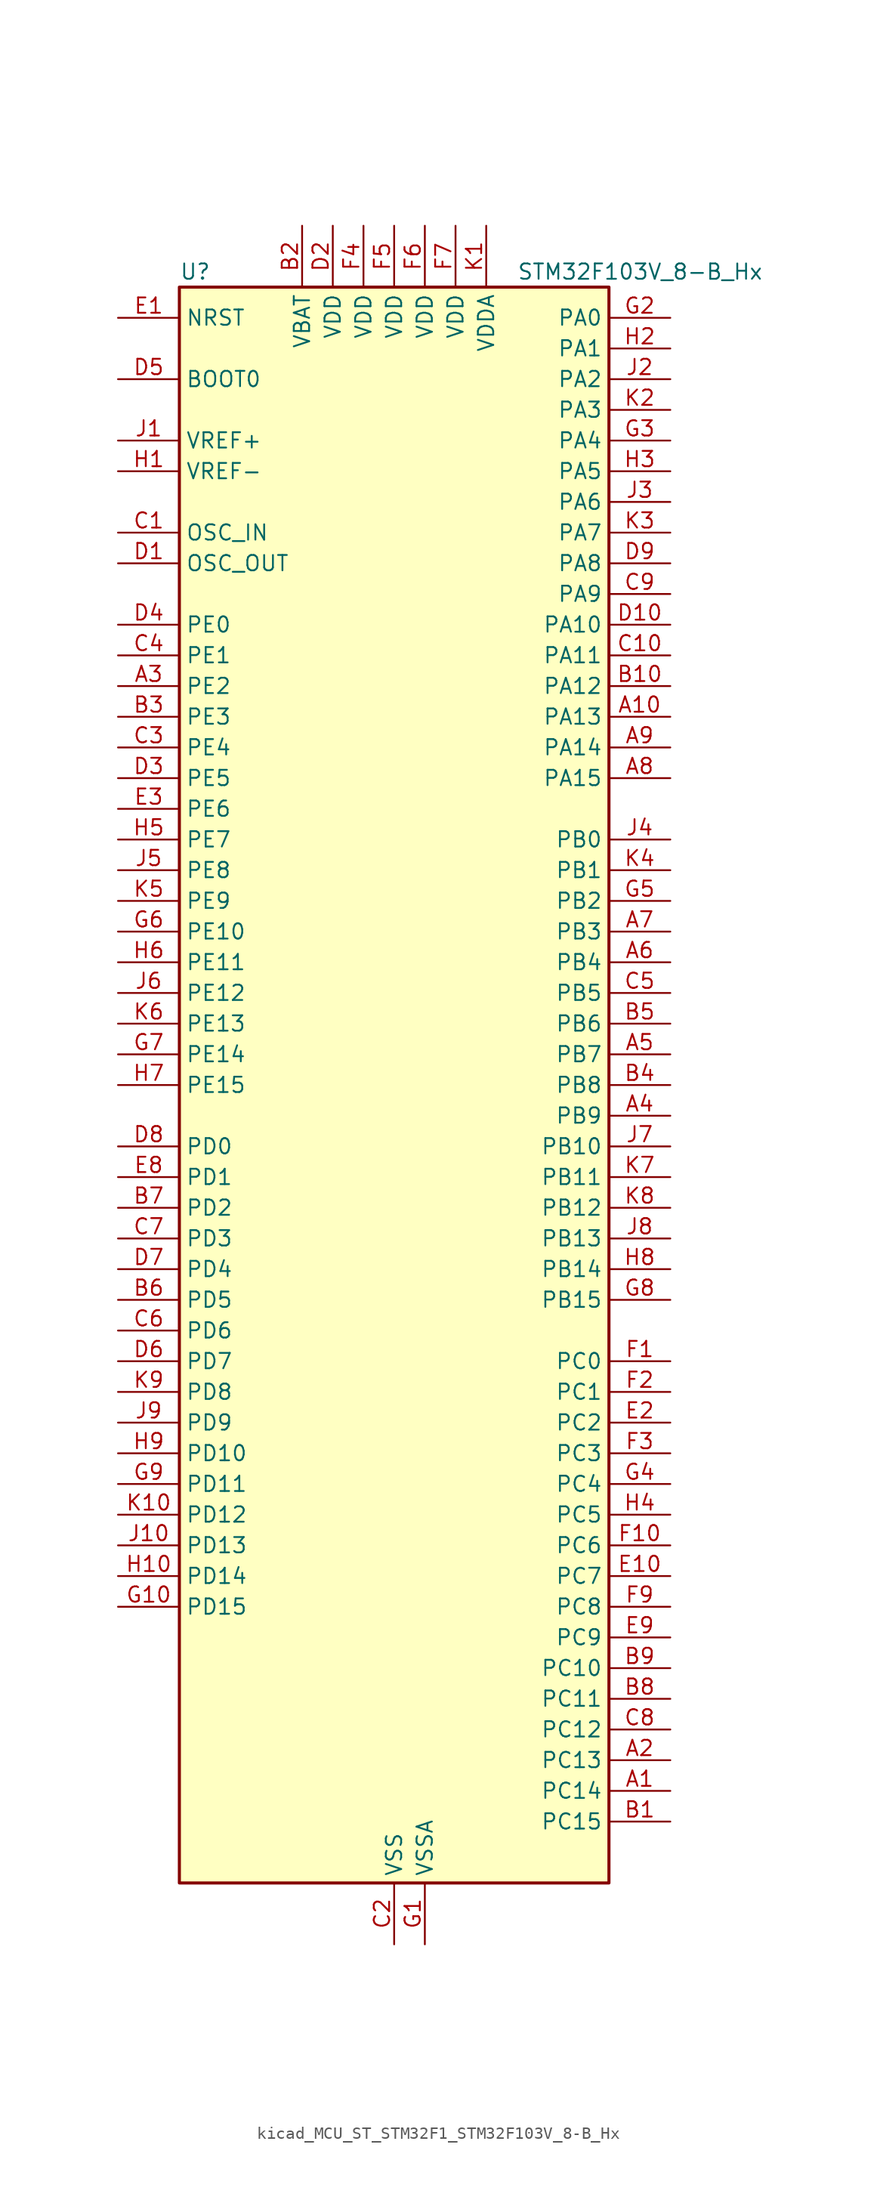
<source format=kicad_sym>
(kicad_symbol_lib
  (version 20220914)
  (generator kicad_symbol_editor)
  (symbol "kicad_MCU_ST_STM32F1_STM32F103V_8-B_Hx"
    (property "Reference" "U"
      (at -17.78 67.31 0)
      (effects (font (size 1.27 1.27)) (justify left)))
    (property "Value" "STM32F103V_8-B_Hx"
      (at 10.16 67.31 0)
      (effects (font (size 1.27 1.27)) (justify left)))
    (property "ki_locked" ""
      (at 0 0 0)
      (effects (font (size 1.27 1.27))))
    (symbol "kicad_MCU_ST_STM32F1_STM32F103V_8-B_Hx_0_1"
      (rectangle (start -17.78 -66.04) (end 17.78 66.04) (stroke (width 0.254) (type default)) (fill (type background))))
    (symbol "kicad_MCU_ST_STM32F1_STM32F103V_8-B_Hx_1_1"
      (pin bidirectional line (at 22.86 -58.42 180) (length 5.08) (name "PC14" (effects (font (size 1.27 1.27)))) (number "A1" (effects (font (size 1.27 1.27)))) (alternate "RCC_OSC32_IN" bidirectional line))
      (pin bidirectional line (at 22.86 30.48 180) (length 5.08) (name "PA13" (effects (font (size 1.27 1.27)))) (number "A10" (effects (font (size 1.27 1.27)))) (alternate "SYS_JTMS-SWDIO" bidirectional line))
      (pin bidirectional line (at 22.86 -55.88 180) (length 5.08) (name "PC13" (effects (font (size 1.27 1.27)))) (number "A2" (effects (font (size 1.27 1.27)))) (alternate "RTC_OUT" bidirectional line) (alternate "RTC_TAMPER" bidirectional line))
      (pin bidirectional line (at -22.86 33.02 0) (length 5.08) (name "PE2" (effects (font (size 1.27 1.27)))) (number "A3" (effects (font (size 1.27 1.27)))) (alternate "SYS_TRACECLK" bidirectional line))
      (pin bidirectional line (at 22.86 -2.54 180) (length 5.08) (name "PB9" (effects (font (size 1.27 1.27)))) (number "A4" (effects (font (size 1.27 1.27)))) (alternate "CAN_TX" bidirectional line) (alternate "I2C1_SDA" bidirectional line) (alternate "TIM4_CH4" bidirectional line))
      (pin bidirectional line (at 22.86 2.54 180) (length 5.08) (name "PB7" (effects (font (size 1.27 1.27)))) (number "A5" (effects (font (size 1.27 1.27)))) (alternate "I2C1_SDA" bidirectional line) (alternate "TIM4_CH2" bidirectional line) (alternate "USART1_RX" bidirectional line))
      (pin bidirectional line (at 22.86 10.16 180) (length 5.08) (name "PB4" (effects (font (size 1.27 1.27)))) (number "A6" (effects (font (size 1.27 1.27)))) (alternate "SPI1_MISO" bidirectional line) (alternate "SYS_NJTRST" bidirectional line) (alternate "TIM3_CH1" bidirectional line))
      (pin bidirectional line (at 22.86 12.7 180) (length 5.08) (name "PB3" (effects (font (size 1.27 1.27)))) (number "A7" (effects (font (size 1.27 1.27)))) (alternate "SPI1_SCK" bidirectional line) (alternate "SYS_JTDO-TRACESWO" bidirectional line) (alternate "TIM2_CH2" bidirectional line))
      (pin bidirectional line (at 22.86 25.4 180) (length 5.08) (name "PA15" (effects (font (size 1.27 1.27)))) (number "A8" (effects (font (size 1.27 1.27)))) (alternate "ADC1_EXTI15" bidirectional line) (alternate "ADC2_EXTI15" bidirectional line) (alternate "SPI1_NSS" bidirectional line) (alternate "SYS_JTDI" bidirectional line) (alternate "TIM2_CH1" bidirectional line) (alternate "TIM2_ETR" bidirectional line))
      (pin bidirectional line (at 22.86 27.94 180) (length 5.08) (name "PA14" (effects (font (size 1.27 1.27)))) (number "A9" (effects (font (size 1.27 1.27)))) (alternate "SYS_JTCK-SWCLK" bidirectional line))
      (pin bidirectional line (at 22.86 -60.96 180) (length 5.08) (name "PC15" (effects (font (size 1.27 1.27)))) (number "B1" (effects (font (size 1.27 1.27)))) (alternate "ADC1_EXTI15" bidirectional line) (alternate "ADC2_EXTI15" bidirectional line) (alternate "RCC_OSC32_OUT" bidirectional line))
      (pin bidirectional line (at 22.86 33.02 180) (length 5.08) (name "PA12" (effects (font (size 1.27 1.27)))) (number "B10" (effects (font (size 1.27 1.27)))) (alternate "CAN_TX" bidirectional line) (alternate "TIM1_ETR" bidirectional line) (alternate "USART1_RTS" bidirectional line) (alternate "USB_DP" bidirectional line))
      (pin power_in line (at -7.62 71.12 270) (length 5.08) (name "VBAT" (effects (font (size 1.27 1.27)))) (number "B2" (effects (font (size 1.27 1.27)))))
      (pin bidirectional line (at -22.86 30.48 0) (length 5.08) (name "PE3" (effects (font (size 1.27 1.27)))) (number "B3" (effects (font (size 1.27 1.27)))) (alternate "SYS_TRACED0" bidirectional line))
      (pin bidirectional line (at 22.86 0 180) (length 5.08) (name "PB8" (effects (font (size 1.27 1.27)))) (number "B4" (effects (font (size 1.27 1.27)))) (alternate "CAN_RX" bidirectional line) (alternate "I2C1_SCL" bidirectional line) (alternate "TIM4_CH3" bidirectional line))
      (pin bidirectional line (at 22.86 5.08 180) (length 5.08) (name "PB6" (effects (font (size 1.27 1.27)))) (number "B5" (effects (font (size 1.27 1.27)))) (alternate "I2C1_SCL" bidirectional line) (alternate "TIM4_CH1" bidirectional line) (alternate "USART1_TX" bidirectional line))
      (pin bidirectional line (at -22.86 -17.78 0) (length 5.08) (name "PD5" (effects (font (size 1.27 1.27)))) (number "B6" (effects (font (size 1.27 1.27)))) (alternate "USART2_TX" bidirectional line))
      (pin bidirectional line (at -22.86 -10.16 0) (length 5.08) (name "PD2" (effects (font (size 1.27 1.27)))) (number "B7" (effects (font (size 1.27 1.27)))) (alternate "TIM3_ETR" bidirectional line))
      (pin bidirectional line (at 22.86 -50.8 180) (length 5.08) (name "PC11" (effects (font (size 1.27 1.27)))) (number "B8" (effects (font (size 1.27 1.27)))) (alternate "ADC1_EXTI11" bidirectional line) (alternate "ADC2_EXTI11" bidirectional line) (alternate "USART3_RX" bidirectional line))
      (pin bidirectional line (at 22.86 -48.26 180) (length 5.08) (name "PC10" (effects (font (size 1.27 1.27)))) (number "B9" (effects (font (size 1.27 1.27)))) (alternate "USART3_TX" bidirectional line))
      (pin input line (at -22.86 45.72 0) (length 5.08) (name "OSC_IN" (effects (font (size 1.27 1.27)))) (number "C1" (effects (font (size 1.27 1.27)))) (alternate "RCC_OSC_IN" bidirectional line))
      (pin bidirectional line (at 22.86 35.56 180) (length 5.08) (name "PA11" (effects (font (size 1.27 1.27)))) (number "C10" (effects (font (size 1.27 1.27)))) (alternate "ADC1_EXTI11" bidirectional line) (alternate "ADC2_EXTI11" bidirectional line) (alternate "CAN_RX" bidirectional line) (alternate "TIM1_CH4" bidirectional line) (alternate "USART1_CTS" bidirectional line) (alternate "USB_DM" bidirectional line))
      (pin power_in line (at 0 -71.12 90) (length 5.08) (name "VSS" (effects (font (size 1.27 1.27)))) (number "C2" (effects (font (size 1.27 1.27)))))
      (pin bidirectional line (at -22.86 27.94 0) (length 5.08) (name "PE4" (effects (font (size 1.27 1.27)))) (number "C3" (effects (font (size 1.27 1.27)))) (alternate "SYS_TRACED1" bidirectional line))
      (pin bidirectional line (at -22.86 35.56 0) (length 5.08) (name "PE1" (effects (font (size 1.27 1.27)))) (number "C4" (effects (font (size 1.27 1.27)))))
      (pin bidirectional line (at 22.86 7.62 180) (length 5.08) (name "PB5" (effects (font (size 1.27 1.27)))) (number "C5" (effects (font (size 1.27 1.27)))) (alternate "I2C1_SMBA" bidirectional line) (alternate "SPI1_MOSI" bidirectional line) (alternate "TIM3_CH2" bidirectional line))
      (pin bidirectional line (at -22.86 -20.32 0) (length 5.08) (name "PD6" (effects (font (size 1.27 1.27)))) (number "C6" (effects (font (size 1.27 1.27)))) (alternate "USART2_RX" bidirectional line))
      (pin bidirectional line (at -22.86 -12.7 0) (length 5.08) (name "PD3" (effects (font (size 1.27 1.27)))) (number "C7" (effects (font (size 1.27 1.27)))) (alternate "USART2_CTS" bidirectional line))
      (pin bidirectional line (at 22.86 -53.34 180) (length 5.08) (name "PC12" (effects (font (size 1.27 1.27)))) (number "C8" (effects (font (size 1.27 1.27)))) (alternate "USART3_CK" bidirectional line))
      (pin bidirectional line (at 22.86 40.64 180) (length 5.08) (name "PA9" (effects (font (size 1.27 1.27)))) (number "C9" (effects (font (size 1.27 1.27)))) (alternate "TIM1_CH2" bidirectional line) (alternate "USART1_TX" bidirectional line))
      (pin input line (at -22.86 43.18 0) (length 5.08) (name "OSC_OUT" (effects (font (size 1.27 1.27)))) (number "D1" (effects (font (size 1.27 1.27)))) (alternate "RCC_OSC_OUT" bidirectional line))
      (pin bidirectional line (at 22.86 38.1 180) (length 5.08) (name "PA10" (effects (font (size 1.27 1.27)))) (number "D10" (effects (font (size 1.27 1.27)))) (alternate "TIM1_CH3" bidirectional line) (alternate "USART1_RX" bidirectional line))
      (pin power_in line (at -5.08 71.12 270) (length 5.08) (name "VDD" (effects (font (size 1.27 1.27)))) (number "D2" (effects (font (size 1.27 1.27)))))
      (pin bidirectional line (at -22.86 25.4 0) (length 5.08) (name "PE5" (effects (font (size 1.27 1.27)))) (number "D3" (effects (font (size 1.27 1.27)))) (alternate "SYS_TRACED2" bidirectional line))
      (pin bidirectional line (at -22.86 38.1 0) (length 5.08) (name "PE0" (effects (font (size 1.27 1.27)))) (number "D4" (effects (font (size 1.27 1.27)))) (alternate "TIM4_ETR" bidirectional line))
      (pin input line (at -22.86 58.42 0) (length 5.08) (name "BOOT0" (effects (font (size 1.27 1.27)))) (number "D5" (effects (font (size 1.27 1.27)))))
      (pin bidirectional line (at -22.86 -22.86 0) (length 5.08) (name "PD7" (effects (font (size 1.27 1.27)))) (number "D6" (effects (font (size 1.27 1.27)))) (alternate "USART2_CK" bidirectional line))
      (pin bidirectional line (at -22.86 -15.24 0) (length 5.08) (name "PD4" (effects (font (size 1.27 1.27)))) (number "D7" (effects (font (size 1.27 1.27)))) (alternate "USART2_RTS" bidirectional line))
      (pin bidirectional line (at -22.86 -5.08 0) (length 5.08) (name "PD0" (effects (font (size 1.27 1.27)))) (number "D8" (effects (font (size 1.27 1.27)))) (alternate "CAN_RX" bidirectional line))
      (pin bidirectional line (at 22.86 43.18 180) (length 5.08) (name "PA8" (effects (font (size 1.27 1.27)))) (number "D9" (effects (font (size 1.27 1.27)))) (alternate "RCC_MCO" bidirectional line) (alternate "TIM1_CH1" bidirectional line) (alternate "USART1_CK" bidirectional line))
      (pin input line (at -22.86 63.5 0) (length 5.08) (name "NRST" (effects (font (size 1.27 1.27)))) (number "E1" (effects (font (size 1.27 1.27)))))
      (pin bidirectional line (at 22.86 -40.64 180) (length 5.08) (name "PC7" (effects (font (size 1.27 1.27)))) (number "E10" (effects (font (size 1.27 1.27)))) (alternate "TIM3_CH2" bidirectional line))
      (pin bidirectional line (at 22.86 -27.94 180) (length 5.08) (name "PC2" (effects (font (size 1.27 1.27)))) (number "E2" (effects (font (size 1.27 1.27)))) (alternate "ADC1_IN12" bidirectional line) (alternate "ADC2_IN12" bidirectional line))
      (pin bidirectional line (at -22.86 22.86 0) (length 5.08) (name "PE6" (effects (font (size 1.27 1.27)))) (number "E3" (effects (font (size 1.27 1.27)))) (alternate "SYS_TRACED3" bidirectional line))
      (pin passive line (at 0 -71.12 90) (length 5.08) hide (name "VSS" (effects (font (size 1.27 1.27)))) (number "E4" (effects (font (size 1.27 1.27)))))
      (pin passive line (at 0 -71.12 90) (length 5.08) hide (name "VSS" (effects (font (size 1.27 1.27)))) (number "E5" (effects (font (size 1.27 1.27)))))
      (pin passive line (at 0 -71.12 90) (length 5.08) hide (name "VSS" (effects (font (size 1.27 1.27)))) (number "E6" (effects (font (size 1.27 1.27)))))
      (pin passive line (at 0 -71.12 90) (length 5.08) hide (name "VSS" (effects (font (size 1.27 1.27)))) (number "E7" (effects (font (size 1.27 1.27)))))
      (pin bidirectional line (at -22.86 -7.62 0) (length 5.08) (name "PD1" (effects (font (size 1.27 1.27)))) (number "E8" (effects (font (size 1.27 1.27)))) (alternate "CAN_TX" bidirectional line))
      (pin bidirectional line (at 22.86 -45.72 180) (length 5.08) (name "PC9" (effects (font (size 1.27 1.27)))) (number "E9" (effects (font (size 1.27 1.27)))) (alternate "TIM3_CH4" bidirectional line))
      (pin bidirectional line (at 22.86 -22.86 180) (length 5.08) (name "PC0" (effects (font (size 1.27 1.27)))) (number "F1" (effects (font (size 1.27 1.27)))) (alternate "ADC1_IN10" bidirectional line) (alternate "ADC2_IN10" bidirectional line))
      (pin bidirectional line (at 22.86 -38.1 180) (length 5.08) (name "PC6" (effects (font (size 1.27 1.27)))) (number "F10" (effects (font (size 1.27 1.27)))) (alternate "TIM3_CH1" bidirectional line))
      (pin bidirectional line (at 22.86 -25.4 180) (length 5.08) (name "PC1" (effects (font (size 1.27 1.27)))) (number "F2" (effects (font (size 1.27 1.27)))) (alternate "ADC1_IN11" bidirectional line) (alternate "ADC2_IN11" bidirectional line))
      (pin bidirectional line (at 22.86 -30.48 180) (length 5.08) (name "PC3" (effects (font (size 1.27 1.27)))) (number "F3" (effects (font (size 1.27 1.27)))) (alternate "ADC1_IN13" bidirectional line) (alternate "ADC2_IN13" bidirectional line))
      (pin power_in line (at -2.54 71.12 270) (length 5.08) (name "VDD" (effects (font (size 1.27 1.27)))) (number "F4" (effects (font (size 1.27 1.27)))))
      (pin power_in line (at 0 71.12 270) (length 5.08) (name "VDD" (effects (font (size 1.27 1.27)))) (number "F5" (effects (font (size 1.27 1.27)))))
      (pin power_in line (at 2.54 71.12 270) (length 5.08) (name "VDD" (effects (font (size 1.27 1.27)))) (number "F6" (effects (font (size 1.27 1.27)))))
      (pin power_in line (at 5.08 71.12 270) (length 5.08) (name "VDD" (effects (font (size 1.27 1.27)))) (number "F7" (effects (font (size 1.27 1.27)))))
      (pin no_connect line (at -17.78 -66.04 0) (length 5.08) hide (name "NC" (effects (font (size 1.27 1.27)))) (number "F8" (effects (font (size 1.27 1.27)))))
      (pin bidirectional line (at 22.86 -43.18 180) (length 5.08) (name "PC8" (effects (font (size 1.27 1.27)))) (number "F9" (effects (font (size 1.27 1.27)))) (alternate "TIM3_CH3" bidirectional line))
      (pin power_in line (at 2.54 -71.12 90) (length 5.08) (name "VSSA" (effects (font (size 1.27 1.27)))) (number "G1" (effects (font (size 1.27 1.27)))))
      (pin bidirectional line (at -22.86 -43.18 0) (length 5.08) (name "PD15" (effects (font (size 1.27 1.27)))) (number "G10" (effects (font (size 1.27 1.27)))) (alternate "ADC1_EXTI15" bidirectional line) (alternate "ADC2_EXTI15" bidirectional line) (alternate "TIM4_CH4" bidirectional line))
      (pin bidirectional line (at 22.86 63.5 180) (length 5.08) (name "PA0" (effects (font (size 1.27 1.27)))) (number "G2" (effects (font (size 1.27 1.27)))) (alternate "ADC1_IN0" bidirectional line) (alternate "ADC2_IN0" bidirectional line) (alternate "SYS_WKUP" bidirectional line) (alternate "TIM2_CH1" bidirectional line) (alternate "TIM2_ETR" bidirectional line) (alternate "USART2_CTS" bidirectional line))
      (pin bidirectional line (at 22.86 53.34 180) (length 5.08) (name "PA4" (effects (font (size 1.27 1.27)))) (number "G3" (effects (font (size 1.27 1.27)))) (alternate "ADC1_IN4" bidirectional line) (alternate "ADC2_IN4" bidirectional line) (alternate "SPI1_NSS" bidirectional line) (alternate "USART2_CK" bidirectional line))
      (pin bidirectional line (at 22.86 -33.02 180) (length 5.08) (name "PC4" (effects (font (size 1.27 1.27)))) (number "G4" (effects (font (size 1.27 1.27)))) (alternate "ADC1_IN14" bidirectional line) (alternate "ADC2_IN14" bidirectional line))
      (pin bidirectional line (at 22.86 15.24 180) (length 5.08) (name "PB2" (effects (font (size 1.27 1.27)))) (number "G5" (effects (font (size 1.27 1.27)))))
      (pin bidirectional line (at -22.86 12.7 0) (length 5.08) (name "PE10" (effects (font (size 1.27 1.27)))) (number "G6" (effects (font (size 1.27 1.27)))) (alternate "TIM1_CH2N" bidirectional line))
      (pin bidirectional line (at -22.86 2.54 0) (length 5.08) (name "PE14" (effects (font (size 1.27 1.27)))) (number "G7" (effects (font (size 1.27 1.27)))) (alternate "TIM1_CH4" bidirectional line))
      (pin bidirectional line (at 22.86 -17.78 180) (length 5.08) (name "PB15" (effects (font (size 1.27 1.27)))) (number "G8" (effects (font (size 1.27 1.27)))) (alternate "ADC1_EXTI15" bidirectional line) (alternate "ADC2_EXTI15" bidirectional line) (alternate "SPI2_MOSI" bidirectional line) (alternate "TIM1_CH3N" bidirectional line))
      (pin bidirectional line (at -22.86 -33.02 0) (length 5.08) (name "PD11" (effects (font (size 1.27 1.27)))) (number "G9" (effects (font (size 1.27 1.27)))) (alternate "ADC1_EXTI11" bidirectional line) (alternate "ADC2_EXTI11" bidirectional line) (alternate "USART3_CTS" bidirectional line))
      (pin input line (at -22.86 50.8 0) (length 5.08) (name "VREF-" (effects (font (size 1.27 1.27)))) (number "H1" (effects (font (size 1.27 1.27)))))
      (pin bidirectional line (at -22.86 -40.64 0) (length 5.08) (name "PD14" (effects (font (size 1.27 1.27)))) (number "H10" (effects (font (size 1.27 1.27)))) (alternate "TIM4_CH3" bidirectional line))
      (pin bidirectional line (at 22.86 60.96 180) (length 5.08) (name "PA1" (effects (font (size 1.27 1.27)))) (number "H2" (effects (font (size 1.27 1.27)))) (alternate "ADC1_IN1" bidirectional line) (alternate "ADC2_IN1" bidirectional line) (alternate "TIM2_CH2" bidirectional line) (alternate "USART2_RTS" bidirectional line))
      (pin bidirectional line (at 22.86 50.8 180) (length 5.08) (name "PA5" (effects (font (size 1.27 1.27)))) (number "H3" (effects (font (size 1.27 1.27)))) (alternate "ADC1_IN5" bidirectional line) (alternate "ADC2_IN5" bidirectional line) (alternate "SPI1_SCK" bidirectional line))
      (pin bidirectional line (at 22.86 -35.56 180) (length 5.08) (name "PC5" (effects (font (size 1.27 1.27)))) (number "H4" (effects (font (size 1.27 1.27)))) (alternate "ADC1_IN15" bidirectional line) (alternate "ADC2_IN15" bidirectional line))
      (pin bidirectional line (at -22.86 20.32 0) (length 5.08) (name "PE7" (effects (font (size 1.27 1.27)))) (number "H5" (effects (font (size 1.27 1.27)))) (alternate "TIM1_ETR" bidirectional line))
      (pin bidirectional line (at -22.86 10.16 0) (length 5.08) (name "PE11" (effects (font (size 1.27 1.27)))) (number "H6" (effects (font (size 1.27 1.27)))) (alternate "ADC1_EXTI11" bidirectional line) (alternate "ADC2_EXTI11" bidirectional line) (alternate "TIM1_CH2" bidirectional line))
      (pin bidirectional line (at -22.86 0 0) (length 5.08) (name "PE15" (effects (font (size 1.27 1.27)))) (number "H7" (effects (font (size 1.27 1.27)))) (alternate "ADC1_EXTI15" bidirectional line) (alternate "ADC2_EXTI15" bidirectional line) (alternate "TIM1_BKIN" bidirectional line))
      (pin bidirectional line (at 22.86 -15.24 180) (length 5.08) (name "PB14" (effects (font (size 1.27 1.27)))) (number "H8" (effects (font (size 1.27 1.27)))) (alternate "SPI2_MISO" bidirectional line) (alternate "TIM1_CH2N" bidirectional line) (alternate "USART3_RTS" bidirectional line))
      (pin bidirectional line (at -22.86 -30.48 0) (length 5.08) (name "PD10" (effects (font (size 1.27 1.27)))) (number "H9" (effects (font (size 1.27 1.27)))) (alternate "USART3_CK" bidirectional line))
      (pin input line (at -22.86 53.34 0) (length 5.08) (name "VREF+" (effects (font (size 1.27 1.27)))) (number "J1" (effects (font (size 1.27 1.27)))))
      (pin bidirectional line (at -22.86 -38.1 0) (length 5.08) (name "PD13" (effects (font (size 1.27 1.27)))) (number "J10" (effects (font (size 1.27 1.27)))) (alternate "TIM4_CH2" bidirectional line))
      (pin bidirectional line (at 22.86 58.42 180) (length 5.08) (name "PA2" (effects (font (size 1.27 1.27)))) (number "J2" (effects (font (size 1.27 1.27)))) (alternate "ADC1_IN2" bidirectional line) (alternate "ADC2_IN2" bidirectional line) (alternate "TIM2_CH3" bidirectional line) (alternate "USART2_TX" bidirectional line))
      (pin bidirectional line (at 22.86 48.26 180) (length 5.08) (name "PA6" (effects (font (size 1.27 1.27)))) (number "J3" (effects (font (size 1.27 1.27)))) (alternate "ADC1_IN6" bidirectional line) (alternate "ADC2_IN6" bidirectional line) (alternate "SPI1_MISO" bidirectional line) (alternate "TIM1_BKIN" bidirectional line) (alternate "TIM3_CH1" bidirectional line))
      (pin bidirectional line (at 22.86 20.32 180) (length 5.08) (name "PB0" (effects (font (size 1.27 1.27)))) (number "J4" (effects (font (size 1.27 1.27)))) (alternate "ADC1_IN8" bidirectional line) (alternate "ADC2_IN8" bidirectional line) (alternate "TIM1_CH2N" bidirectional line) (alternate "TIM3_CH3" bidirectional line))
      (pin bidirectional line (at -22.86 17.78 0) (length 5.08) (name "PE8" (effects (font (size 1.27 1.27)))) (number "J5" (effects (font (size 1.27 1.27)))) (alternate "TIM1_CH1N" bidirectional line))
      (pin bidirectional line (at -22.86 7.62 0) (length 5.08) (name "PE12" (effects (font (size 1.27 1.27)))) (number "J6" (effects (font (size 1.27 1.27)))) (alternate "TIM1_CH3N" bidirectional line))
      (pin bidirectional line (at 22.86 -5.08 180) (length 5.08) (name "PB10" (effects (font (size 1.27 1.27)))) (number "J7" (effects (font (size 1.27 1.27)))) (alternate "I2C2_SCL" bidirectional line) (alternate "TIM2_CH3" bidirectional line) (alternate "USART3_TX" bidirectional line))
      (pin bidirectional line (at 22.86 -12.7 180) (length 5.08) (name "PB13" (effects (font (size 1.27 1.27)))) (number "J8" (effects (font (size 1.27 1.27)))) (alternate "SPI2_SCK" bidirectional line) (alternate "TIM1_CH1N" bidirectional line) (alternate "USART3_CTS" bidirectional line))
      (pin bidirectional line (at -22.86 -27.94 0) (length 5.08) (name "PD9" (effects (font (size 1.27 1.27)))) (number "J9" (effects (font (size 1.27 1.27)))) (alternate "USART3_RX" bidirectional line))
      (pin power_in line (at 7.62 71.12 270) (length 5.08) (name "VDDA" (effects (font (size 1.27 1.27)))) (number "K1" (effects (font (size 1.27 1.27)))))
      (pin bidirectional line (at -22.86 -35.56 0) (length 5.08) (name "PD12" (effects (font (size 1.27 1.27)))) (number "K10" (effects (font (size 1.27 1.27)))) (alternate "TIM4_CH1" bidirectional line) (alternate "USART3_RTS" bidirectional line))
      (pin bidirectional line (at 22.86 55.88 180) (length 5.08) (name "PA3" (effects (font (size 1.27 1.27)))) (number "K2" (effects (font (size 1.27 1.27)))) (alternate "ADC1_IN3" bidirectional line) (alternate "ADC2_IN3" bidirectional line) (alternate "TIM2_CH4" bidirectional line) (alternate "USART2_RX" bidirectional line))
      (pin bidirectional line (at 22.86 45.72 180) (length 5.08) (name "PA7" (effects (font (size 1.27 1.27)))) (number "K3" (effects (font (size 1.27 1.27)))) (alternate "ADC1_IN7" bidirectional line) (alternate "ADC2_IN7" bidirectional line) (alternate "SPI1_MOSI" bidirectional line) (alternate "TIM1_CH1N" bidirectional line) (alternate "TIM3_CH2" bidirectional line))
      (pin bidirectional line (at 22.86 17.78 180) (length 5.08) (name "PB1" (effects (font (size 1.27 1.27)))) (number "K4" (effects (font (size 1.27 1.27)))) (alternate "ADC1_IN9" bidirectional line) (alternate "ADC2_IN9" bidirectional line) (alternate "TIM1_CH3N" bidirectional line) (alternate "TIM3_CH4" bidirectional line))
      (pin bidirectional line (at -22.86 15.24 0) (length 5.08) (name "PE9" (effects (font (size 1.27 1.27)))) (number "K5" (effects (font (size 1.27 1.27)))) (alternate "TIM1_CH1" bidirectional line))
      (pin bidirectional line (at -22.86 5.08 0) (length 5.08) (name "PE13" (effects (font (size 1.27 1.27)))) (number "K6" (effects (font (size 1.27 1.27)))) (alternate "TIM1_CH3" bidirectional line))
      (pin bidirectional line (at 22.86 -7.62 180) (length 5.08) (name "PB11" (effects (font (size 1.27 1.27)))) (number "K7" (effects (font (size 1.27 1.27)))) (alternate "ADC1_EXTI11" bidirectional line) (alternate "ADC2_EXTI11" bidirectional line) (alternate "I2C2_SDA" bidirectional line) (alternate "TIM2_CH4" bidirectional line) (alternate "USART3_RX" bidirectional line))
      (pin bidirectional line (at 22.86 -10.16 180) (length 5.08) (name "PB12" (effects (font (size 1.27 1.27)))) (number "K8" (effects (font (size 1.27 1.27)))) (alternate "I2C2_SMBA" bidirectional line) (alternate "SPI2_NSS" bidirectional line) (alternate "TIM1_BKIN" bidirectional line) (alternate "USART3_CK" bidirectional line))
      (pin bidirectional line (at -22.86 -25.4 0) (length 5.08) (name "PD8" (effects (font (size 1.27 1.27)))) (number "K9" (effects (font (size 1.27 1.27)))) (alternate "USART3_TX" bidirectional line)))))
</source>
